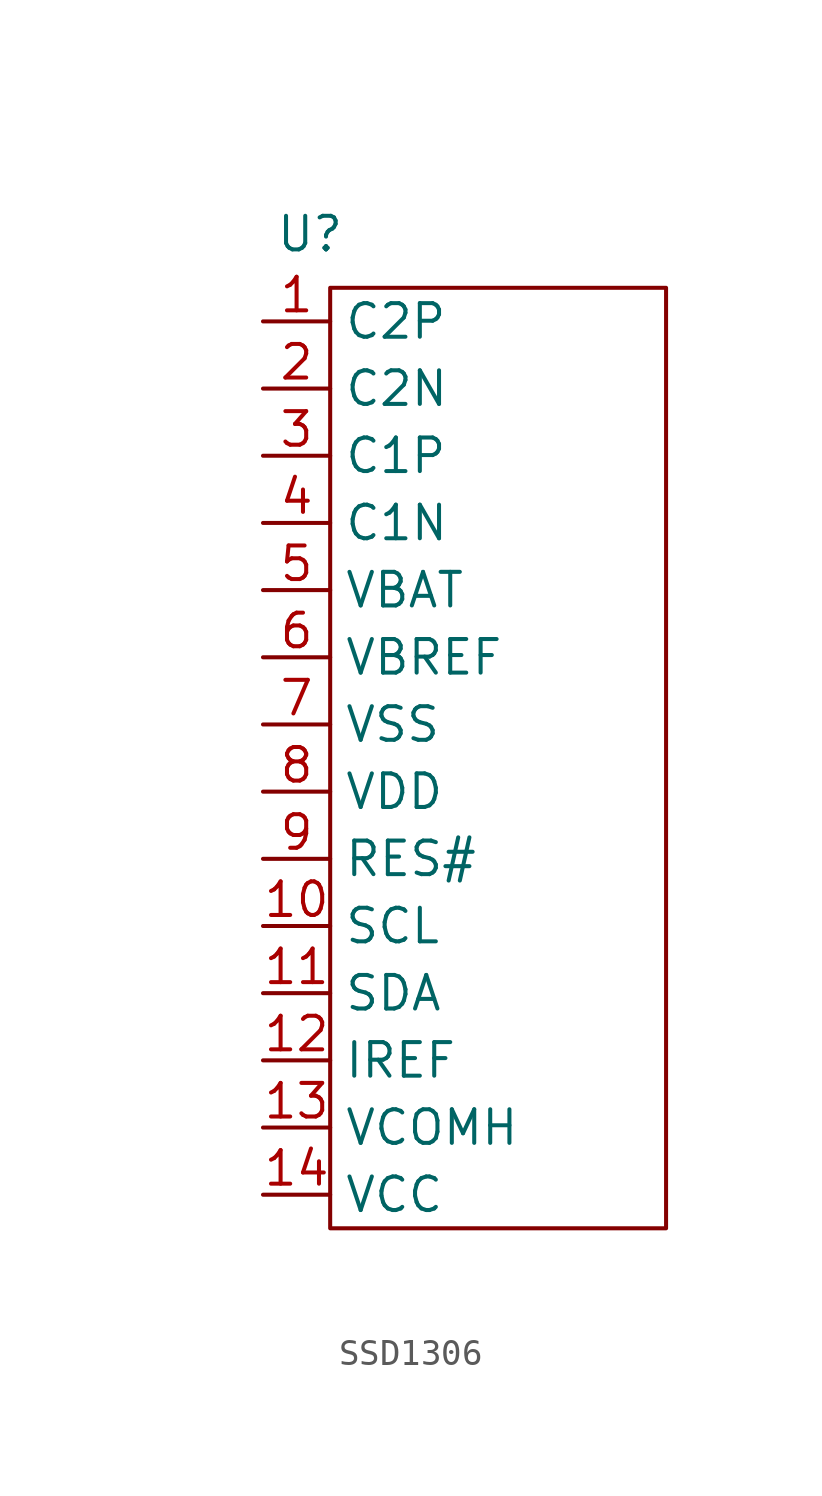
<source format=kicad_sym>
(kicad_symbol_lib
  (version 20231120)
  (generator "kicad_symbol_editor")
  (generator_version "8.0")
  (symbol "SSD1306"
    (property "Reference" "U"
      (at -2.032 12.192 0)
      (effects (font (size 1.27 1.27))))
    (property "Value" ""
      (at -7.62 -1.27 0)
      (effects (font (size 1.27 1.27))))
    (symbol "SSD1306_0_1"
      (rectangle (start -1.27 10.16) (end 11.43 -25.4) (stroke (width 0) (type default)) (fill (type none))))
    (symbol "SSD1306_1_1"
      (pin power_out line (at -3.81 8.89 0) (length 2.54) (name "C2P" (effects (font (size 1.27 1.27)))) (number "1" (effects (font (size 1.27 1.27)))))
      (pin power_out line (at -3.81 -13.97 0) (length 2.54) (name "SCL" (effects (font (size 1.27 1.27)))) (number "10" (effects (font (size 1.27 1.27)))))
      (pin power_out line (at -3.81 -16.51 0) (length 2.54) (name "SDA" (effects (font (size 1.27 1.27)))) (number "11" (effects (font (size 1.27 1.27)))))
      (pin power_out line (at -3.81 -19.05 0) (length 2.54) (name "IREF" (effects (font (size 1.27 1.27)))) (number "12" (effects (font (size 1.27 1.27)))))
      (pin power_out line (at -3.81 -21.59 0) (length 2.54) (name "VCOMH" (effects (font (size 1.27 1.27)))) (number "13" (effects (font (size 1.27 1.27)))))
      (pin power_out line (at -3.81 -24.13 0) (length 2.54) (name "VCC" (effects (font (size 1.27 1.27)))) (number "14" (effects (font (size 1.27 1.27)))))
      (pin power_out line (at -3.81 6.35 0) (length 2.54) (name "C2N" (effects (font (size 1.27 1.27)))) (number "2" (effects (font (size 1.27 1.27)))))
      (pin power_out line (at -3.81 3.81 0) (length 2.54) (name "C1P" (effects (font (size 1.27 1.27)))) (number "3" (effects (font (size 1.27 1.27)))))
      (pin power_out line (at -3.81 1.27 0) (length 2.54) (name "C1N" (effects (font (size 1.27 1.27)))) (number "4" (effects (font (size 1.27 1.27)))))
      (pin power_out line (at -3.81 -1.27 0) (length 2.54) (name "VBAT" (effects (font (size 1.27 1.27)))) (number "5" (effects (font (size 1.27 1.27)))))
      (pin power_out line (at -3.81 -3.81 0) (length 2.54) (name "VBREF" (effects (font (size 1.27 1.27)))) (number "6" (effects (font (size 1.27 1.27)))))
      (pin power_out line (at -3.81 -6.35 0) (length 2.54) (name "VSS" (effects (font (size 1.27 1.27)))) (number "7" (effects (font (size 1.27 1.27)))))
      (pin power_out line (at -3.81 -8.89 0) (length 2.54) (name "VDD" (effects (font (size 1.27 1.27)))) (number "8" (effects (font (size 1.27 1.27)))))
      (pin power_out line (at -3.81 -11.43 0) (length 2.54) (name "RES#" (effects (font (size 1.27 1.27)))) (number "9" (effects (font (size 1.27 1.27))))))))
</source>
